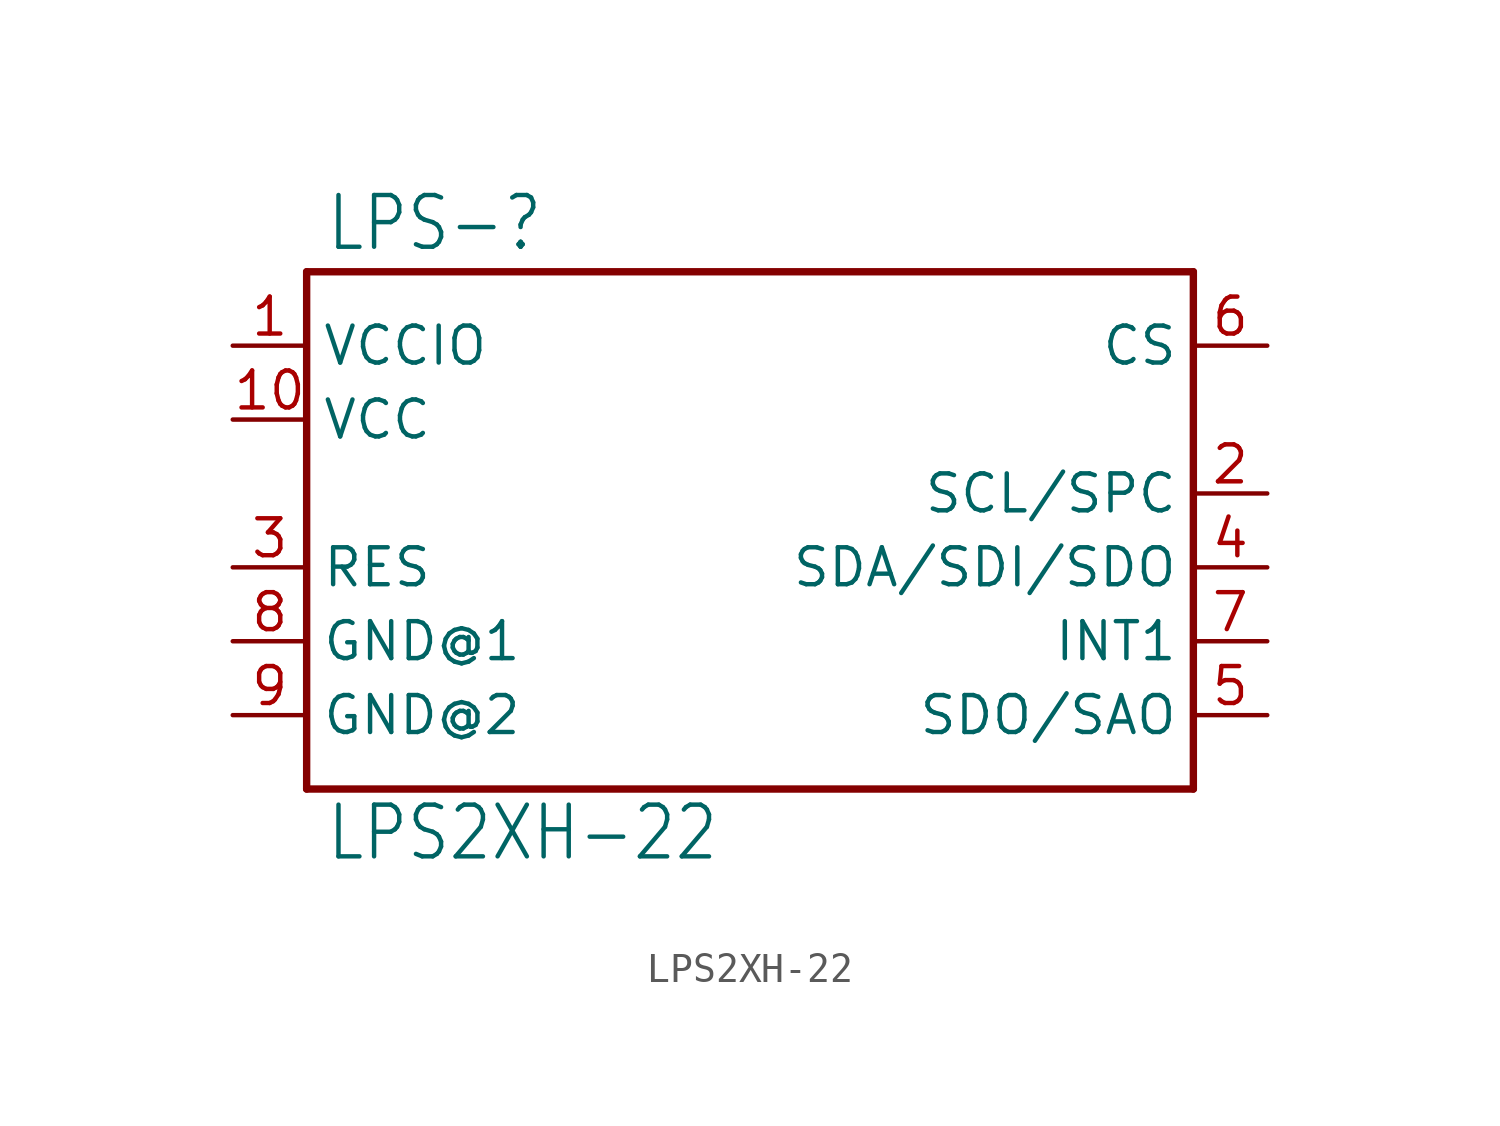
<source format=kicad_sym>
(kicad_symbol_lib
  (version 20211014)
  (generator kicad_symbol_editor)
  (symbol "LPS2XH-22"
    (property "Reference" "LPS-"
      (at -14.605 10.795 0)
      (effects (font (size 1.778 1.511)) (justify left bottom)))
    (property "Value" "LPS2XH-22"
      (at -14.605 -10.16 0)
      (effects (font (size 1.778 1.511)) (justify left bottom)))
    (property "ki_locked" ""
      (at 0 0 0)
      (effects (font (size 1.27 1.27))))
    (symbol "LPS2XH-22_1_0"
      (polyline (pts (xy -15.24 -7.62) (xy -15.24 10.16)) (stroke (width 0.254) (type default) (color 0 0 0 0)) (fill (type none)))
      (polyline (pts (xy -15.24 10.16) (xy 15.24 10.16)) (stroke (width 0.254) (type default) (color 0 0 0 0)) (fill (type none)))
      (polyline (pts (xy 15.24 -7.62) (xy -15.24 -7.62)) (stroke (width 0.254) (type default) (color 0 0 0 0)) (fill (type none)))
      (polyline (pts (xy 15.24 10.16) (xy 15.24 -7.62)) (stroke (width 0.254) (type default) (color 0 0 0 0)) (fill (type none)))
      (pin bidirectional line (at -17.78 7.62 0) (length 2.54) (name "VCCIO" (effects (font (size 1.27 1.27)))) (number "1" (effects (font (size 1.27 1.27)))))
      (pin bidirectional line (at -17.78 5.08 0) (length 2.54) (name "VCC" (effects (font (size 1.27 1.27)))) (number "10" (effects (font (size 1.27 1.27)))))
      (pin bidirectional line (at 17.78 2.54 180) (length 2.54) (name "SCL/SPC" (effects (font (size 1.27 1.27)))) (number "2" (effects (font (size 1.27 1.27)))))
      (pin bidirectional line (at -17.78 0 0) (length 2.54) (name "RES" (effects (font (size 1.27 1.27)))) (number "3" (effects (font (size 1.27 1.27)))))
      (pin bidirectional line (at 17.78 0 180) (length 2.54) (name "SDA/SDI/SDO" (effects (font (size 1.27 1.27)))) (number "4" (effects (font (size 1.27 1.27)))))
      (pin bidirectional line (at 17.78 -5.08 180) (length 2.54) (name "SDO/SAO" (effects (font (size 1.27 1.27)))) (number "5" (effects (font (size 1.27 1.27)))))
      (pin bidirectional line (at 17.78 7.62 180) (length 2.54) (name "CS" (effects (font (size 1.27 1.27)))) (number "6" (effects (font (size 1.27 1.27)))))
      (pin bidirectional line (at 17.78 -2.54 180) (length 2.54) (name "INT1" (effects (font (size 1.27 1.27)))) (number "7" (effects (font (size 1.27 1.27)))))
      (pin bidirectional line (at -17.78 -2.54 0) (length 2.54) (name "GND@1" (effects (font (size 1.27 1.27)))) (number "8" (effects (font (size 1.27 1.27)))))
      (pin bidirectional line (at -17.78 -5.08 0) (length 2.54) (name "GND@2" (effects (font (size 1.27 1.27)))) (number "9" (effects (font (size 1.27 1.27))))))))
</source>
